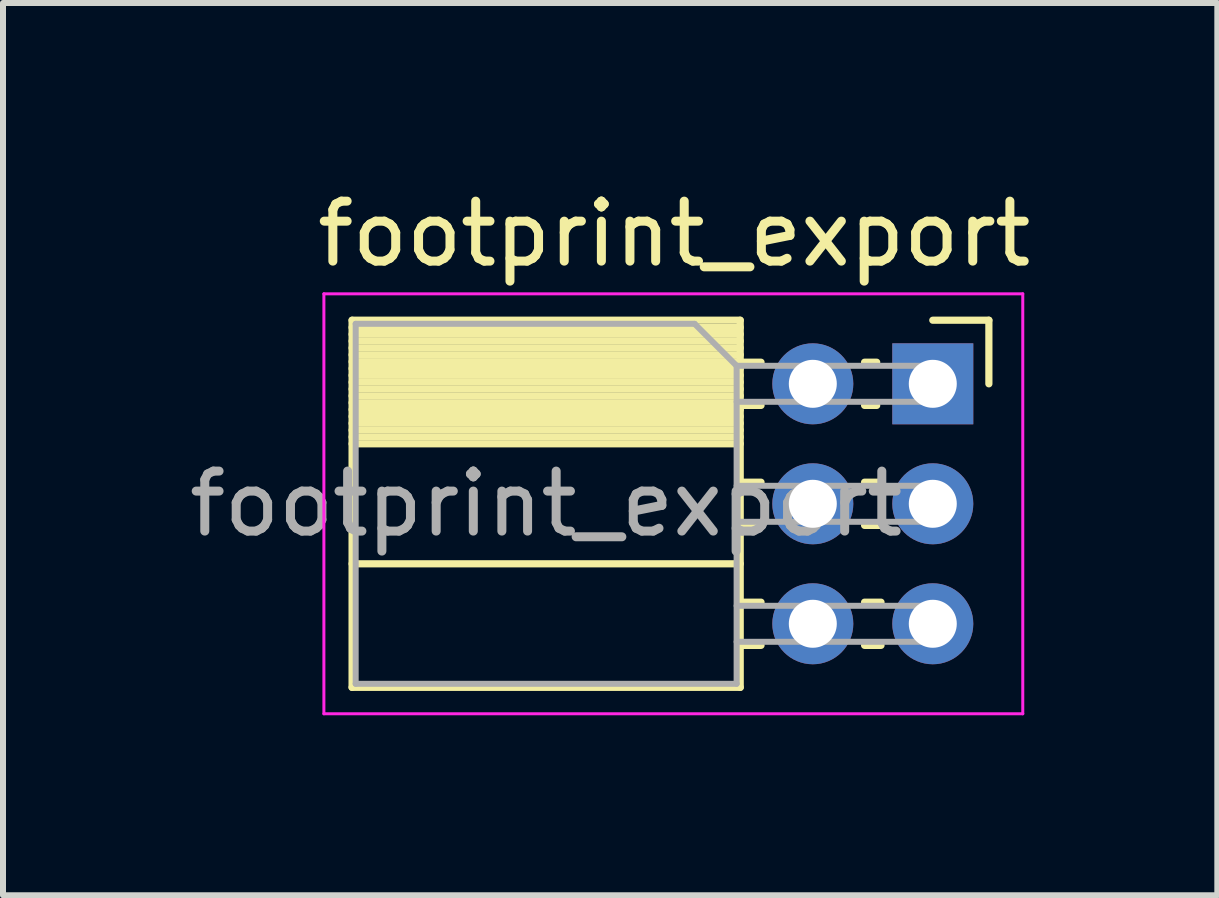
<source format=kicad_pcb>
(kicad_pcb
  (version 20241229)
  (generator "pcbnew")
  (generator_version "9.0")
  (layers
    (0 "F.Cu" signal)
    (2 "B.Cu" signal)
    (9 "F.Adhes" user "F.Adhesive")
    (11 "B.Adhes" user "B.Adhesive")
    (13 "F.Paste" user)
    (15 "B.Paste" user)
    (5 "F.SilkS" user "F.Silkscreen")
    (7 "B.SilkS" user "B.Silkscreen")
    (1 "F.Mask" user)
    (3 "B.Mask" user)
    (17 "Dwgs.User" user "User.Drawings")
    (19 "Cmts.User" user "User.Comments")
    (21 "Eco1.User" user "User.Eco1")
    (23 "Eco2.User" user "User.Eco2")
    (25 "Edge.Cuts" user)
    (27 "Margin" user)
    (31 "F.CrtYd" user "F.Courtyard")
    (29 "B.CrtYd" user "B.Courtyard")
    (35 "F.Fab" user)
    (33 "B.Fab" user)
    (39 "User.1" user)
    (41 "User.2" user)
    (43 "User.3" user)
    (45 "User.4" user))
  (footprint "footprint_export"
    (layer "F.Cu")
    (at 12.499 3.348)
    (property "Reference" "footprint_export" (at -4.31 -2.5 0) (layer "F.SilkS") (effects (font (size 1 1) (thickness 0.15))))
    (attr through_hole)
    (fp_line (start -9.68 -1.06) (end -9.68 5.06) (stroke (width 0.12) (type solid)) (layer "F.SilkS"))
    (fp_line (start -9.68 -1.06) (end -3.21 -1.06) (stroke (width 0.12) (type solid)) (layer "F.SilkS"))
    (fp_line (start -9.68 -0.94) (end -3.21 -0.94) (stroke (width 0.12) (type solid)) (layer "F.SilkS"))
    (fp_line (start -9.68 -0.826) (end -3.21 -0.826) (stroke (width 0.12) (type solid)) (layer "F.SilkS"))
    (fp_line (start -9.68 -0.712) (end -3.21 -0.712) (stroke (width 0.12) (type solid)) (layer "F.SilkS"))
    (fp_line (start -9.68 -0.598) (end -3.21 -0.598) (stroke (width 0.12) (type solid)) (layer "F.SilkS"))
    (fp_line (start -9.68 -0.484) (end -3.21 -0.484) (stroke (width 0.12) (type solid)) (layer "F.SilkS"))
    (fp_line (start -9.68 -0.369) (end -3.21 -0.369) (stroke (width 0.12) (type solid)) (layer "F.SilkS"))
    (fp_line (start -9.68 -0.255) (end -3.21 -0.255) (stroke (width 0.12) (type solid)) (layer "F.SilkS"))
    (fp_line (start -9.68 -0.141) (end -3.21 -0.141) (stroke (width 0.12) (type solid)) (layer "F.SilkS"))
    (fp_line (start -9.68 -0.027) (end -3.21 -0.027) (stroke (width 0.12) (type solid)) (layer "F.SilkS"))
    (fp_line (start -9.68 0.087) (end -3.21 0.087) (stroke (width 0.12) (type solid)) (layer "F.SilkS"))
    (fp_line (start -9.68 0.201) (end -3.21 0.201) (stroke (width 0.12) (type solid)) (layer "F.SilkS"))
    (fp_line (start -9.68 0.315) (end -3.21 0.315) (stroke (width 0.12) (type solid)) (layer "F.SilkS"))
    (fp_line (start -9.68 0.429) (end -3.21 0.429) (stroke (width 0.12) (type solid)) (layer "F.SilkS"))
    (fp_line (start -9.68 0.544) (end -3.21 0.544) (stroke (width 0.12) (type solid)) (layer "F.SilkS"))
    (fp_line (start -9.68 0.658) (end -3.21 0.658) (stroke (width 0.12) (type solid)) (layer "F.SilkS"))
    (fp_line (start -9.68 0.772) (end -3.21 0.772) (stroke (width 0.12) (type solid)) (layer "F.SilkS"))
    (fp_line (start -9.68 0.886) (end -3.21 0.886) (stroke (width 0.12) (type solid)) (layer "F.SilkS"))
    (fp_line (start -9.68 1) (end -3.21 1) (stroke (width 0.12) (type solid)) (layer "F.SilkS"))
    (fp_line (start -9.68 3) (end -3.21 3) (stroke (width 0.12) (type solid)) (layer "F.SilkS"))
    (fp_line (start -9.68 5.06) (end -3.21 5.06) (stroke (width 0.12) (type solid)) (layer "F.SilkS"))
    (fp_line (start -3.21 -1.06) (end -3.21 5.06) (stroke (width 0.12) (type solid)) (layer "F.SilkS"))
    (fp_line (start -3.21 -0.36) (end -2.863 -0.36) (stroke (width 0.12) (type solid)) (layer "F.SilkS"))
    (fp_line (start -3.21 0.36) (end -2.863 0.36) (stroke (width 0.12) (type solid)) (layer "F.SilkS"))
    (fp_line (start -3.21 1.64) (end -2.863 1.64) (stroke (width 0.12) (type solid)) (layer "F.SilkS"))
    (fp_line (start -3.21 2.36) (end -2.863 2.36) (stroke (width 0.12) (type solid)) (layer "F.SilkS"))
    (fp_line (start -3.21 3.64) (end -2.863 3.64) (stroke (width 0.12) (type solid)) (layer "F.SilkS"))
    (fp_line (start -3.21 4.36) (end -2.863 4.36) (stroke (width 0.12) (type solid)) (layer "F.SilkS"))
    (fp_line (start -1.137 -0.36) (end -0.935 -0.36) (stroke (width 0.12) (type solid)) (layer "F.SilkS"))
    (fp_line (start -1.137 0.36) (end -0.935 0.36) (stroke (width 0.12) (type solid)) (layer "F.SilkS"))
    (fp_line (start -1.137 1.64) (end -0.863 1.64) (stroke (width 0.12) (type solid)) (layer "F.SilkS"))
    (fp_line (start -1.137 2.36) (end -0.863 2.36) (stroke (width 0.12) (type solid)) (layer "F.SilkS"))
    (fp_line (start -1.137 3.64) (end -0.863 3.64) (stroke (width 0.12) (type solid)) (layer "F.SilkS"))
    (fp_line (start -1.137 4.36) (end -0.863 4.36) (stroke (width 0.12) (type solid)) (layer "F.SilkS"))
    (fp_line (start 0 -1.06) (end 0.935 -1.06) (stroke (width 0.12) (type solid)) (layer "F.SilkS"))
    (fp_line (start 0.935 -1.06) (end 0.935 0) (stroke (width 0.12) (type solid)) (layer "F.SilkS"))
    (fp_line (start -10.15 -1.5) (end -10.15 5.5) (stroke (width 0.05) (type solid)) (layer "F.CrtYd"))
    (fp_line (start -10.15 5.5) (end 1.5 5.5) (stroke (width 0.05) (type solid)) (layer "F.CrtYd"))
    (fp_line (start 1.5 -1.5) (end -10.15 -1.5) (stroke (width 0.05) (type solid)) (layer "F.CrtYd"))
    (fp_line (start 1.5 5.5) (end 1.5 -1.5) (stroke (width 0.05) (type solid)) (layer "F.CrtYd"))
    (fp_line (start -9.62 -1) (end -3.97 -1) (stroke (width 0.1) (type solid)) (layer "F.Fab"))
    (fp_line (start -9.62 5) (end -9.62 -1) (stroke (width 0.1) (type solid)) (layer "F.Fab"))
    (fp_line (start -3.97 -1) (end -3.27 -0.3) (stroke (width 0.1) (type solid)) (layer "F.Fab"))
    (fp_line (start -3.27 -0.3) (end -3.27 5) (stroke (width 0.1) (type solid)) (layer "F.Fab"))
    (fp_line (start -3.27 0.3) (end 0 0.3) (stroke (width 0.1) (type solid)) (layer "F.Fab"))
    (fp_line (start -3.27 2.3) (end 0 2.3) (stroke (width 0.1) (type solid)) (layer "F.Fab"))
    (fp_line (start -3.27 4.3) (end 0 4.3) (stroke (width 0.1) (type solid)) (layer "F.Fab"))
    (fp_line (start -3.27 5) (end -9.62 5) (stroke (width 0.1) (type solid)) (layer "F.Fab"))
    (fp_line (start 0 -0.3) (end -3.27 -0.3) (stroke (width 0.1) (type solid)) (layer "F.Fab"))
    (fp_line (start 0 0.3) (end 0 -0.3) (stroke (width 0.1) (type solid)) (layer "F.Fab"))
    (fp_line (start 0 1.7) (end -3.27 1.7) (stroke (width 0.1) (type solid)) (layer "F.Fab"))
    (fp_line (start 0 2.3) (end 0 1.7) (stroke (width 0.1) (type solid)) (layer "F.Fab"))
    (fp_line (start 0 3.7) (end -3.27 3.7) (stroke (width 0.1) (type solid)) (layer "F.Fab"))
    (fp_line (start 0 4.3) (end 0 3.7) (stroke (width 0.1) (type solid)) (layer "F.Fab"))
    (fp_text user "${REFERENCE}" (at -6.445 2 0) (layer "F.Fab") (effects (font (size 1 1) (thickness 0.15))))
    (pad "1" thru_hole rect (at 0 0) (size 1.35 1.35) (drill 0.8) (layers "*.Cu" "*.Mask"))
    (pad "2" thru_hole oval (at -2 0) (size 1.35 1.35) (drill 0.8) (layers "*.Cu" "*.Mask"))
    (pad "3" thru_hole oval (at 0 2) (size 1.35 1.35) (drill 0.8) (layers "*.Cu" "*.Mask"))
    (pad "4" thru_hole oval (at -2 2) (size 1.35 1.35) (drill 0.8) (layers "*.Cu" "*.Mask"))
    (pad "5" thru_hole oval (at 0 4) (size 1.35 1.35) (drill 0.8) (layers "*.Cu" "*.Mask"))
    (pad "6" thru_hole oval (at -2 4) (size 1.35 1.35) (drill 0.8) (layers "*.Cu" "*.Mask")))
  (gr_rect
    (start -3 -3)
    (end 17.242 11.873)
    (stroke (width 0.1) (type default))
    (fill no)
    (layer "Edge.Cuts")))
</source>
